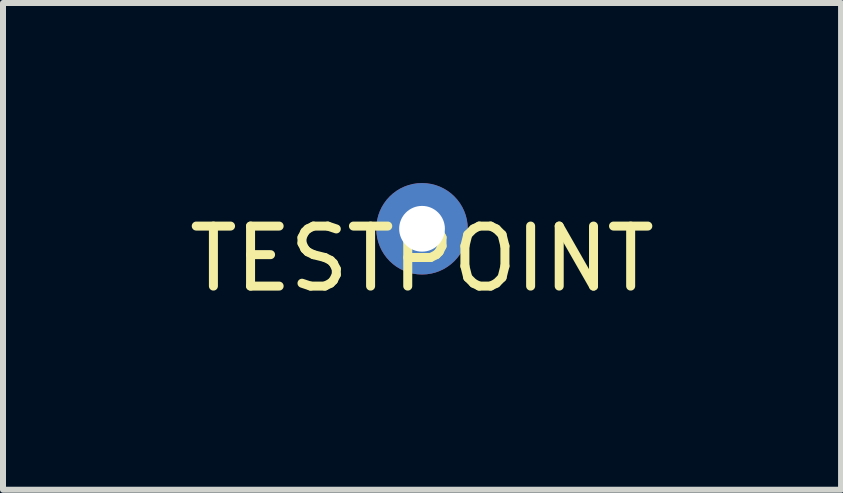
<source format=kicad_pcb>
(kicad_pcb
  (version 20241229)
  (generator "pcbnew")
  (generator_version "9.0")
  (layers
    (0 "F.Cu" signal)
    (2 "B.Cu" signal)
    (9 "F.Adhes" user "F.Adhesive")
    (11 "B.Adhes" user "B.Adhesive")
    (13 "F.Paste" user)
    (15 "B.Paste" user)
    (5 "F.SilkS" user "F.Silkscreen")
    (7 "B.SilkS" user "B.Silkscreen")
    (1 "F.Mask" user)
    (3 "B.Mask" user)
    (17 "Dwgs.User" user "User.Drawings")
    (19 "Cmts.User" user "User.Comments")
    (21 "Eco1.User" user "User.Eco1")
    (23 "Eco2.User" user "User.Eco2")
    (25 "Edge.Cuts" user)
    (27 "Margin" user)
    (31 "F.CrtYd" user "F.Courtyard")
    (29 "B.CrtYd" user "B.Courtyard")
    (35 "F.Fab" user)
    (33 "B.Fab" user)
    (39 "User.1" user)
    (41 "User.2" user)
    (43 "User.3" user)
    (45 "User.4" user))
  (footprint "TESTPOINT"
    (layer "F.Cu")
    (at 3.982 0.762)
    (property "Reference" "TESTPOINT" (at 0 0.5 0) (layer "F.SilkS") (effects (font (size 1 1) (thickness 0.15))))
    (attr through_hole)
    (pad "1" thru_hole circle (at 0 0) (size 1.524 1.524) (drill 0.762) (layers "*.Cu" "*.Mask")))
  (gr_rect
    (start -3 -3)
    (end 10.964 5.11)
    (stroke (width 0.1) (type default))
    (fill no)
    (layer "Edge.Cuts")))
</source>
